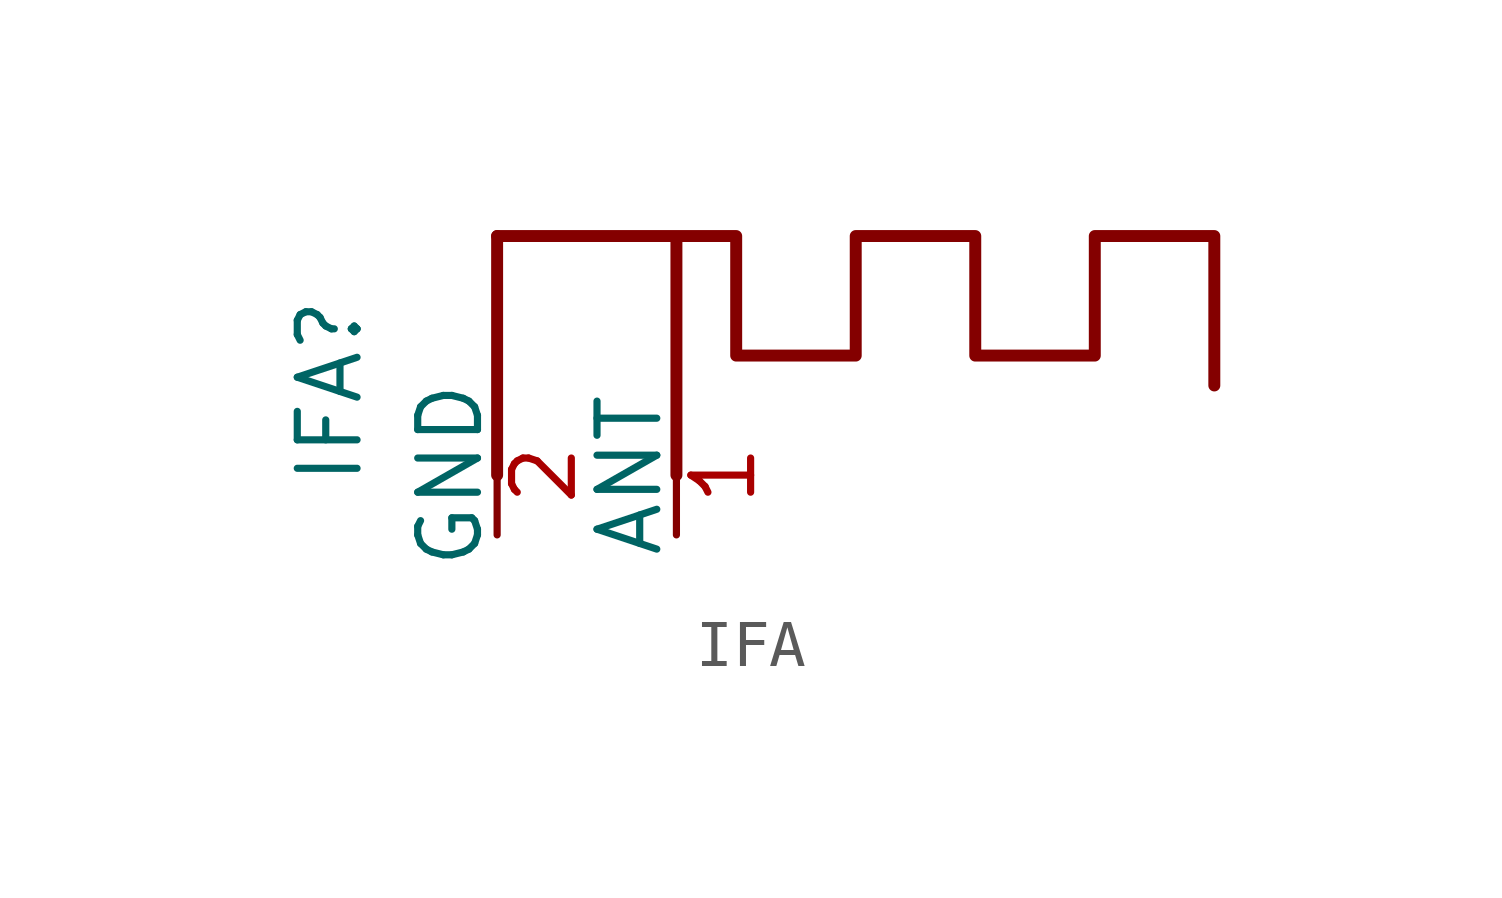
<source format=kicad_sym>
(kicad_symbol_lib
  (version 20241209)
  (generator "kicad_symbol_editor")
  (generator_version "9.0")
  (symbol "IFA"
    (pin_names
      (offset 0))
    (property "Reference" "IFA"
      (at -11.176 -3.302 90)
      (effects (font (size 1.27 1.27))))
    (property "Value" ""
      (at 0 0 0)
      (effects (font (size 1.27 1.27))))
    (symbol "IFA_1_1"
      (polyline (pts (xy -7.62 0) (xy -3.81 0) (xy -3.81 -5.08) (xy -3.81 0) (xy -2.54 0) (xy -2.54 -2.54) (xy 0 -2.54) (xy 0 0) (xy 2.54 0) (xy 2.54 -2.54) (xy 5.08 -2.54) (xy 5.08 0) (xy 7.62 0) (xy 7.62 -2.54) (xy 7.62 -3.175)) (stroke (width 0.254) (type solid)) (fill (type none)))
      (polyline (pts (xy -7.62 -5.08) (xy -7.62 0)) (stroke (width 0.254) (type solid)) (fill (type none)))
      (pin power_in line (at -7.62 -6.35 90) (length 2.54) (name "GND" (effects (font (size 1.27 1.27)))) (number "2" (effects (font (size 1.27 1.27)))))
      (pin bidirectional line (at -3.81 -6.35 90) (length 2.54) (name "ANT" (effects (font (size 1.27 1.27)))) (number "1" (effects (font (size 1.27 1.27))))))))
</source>
